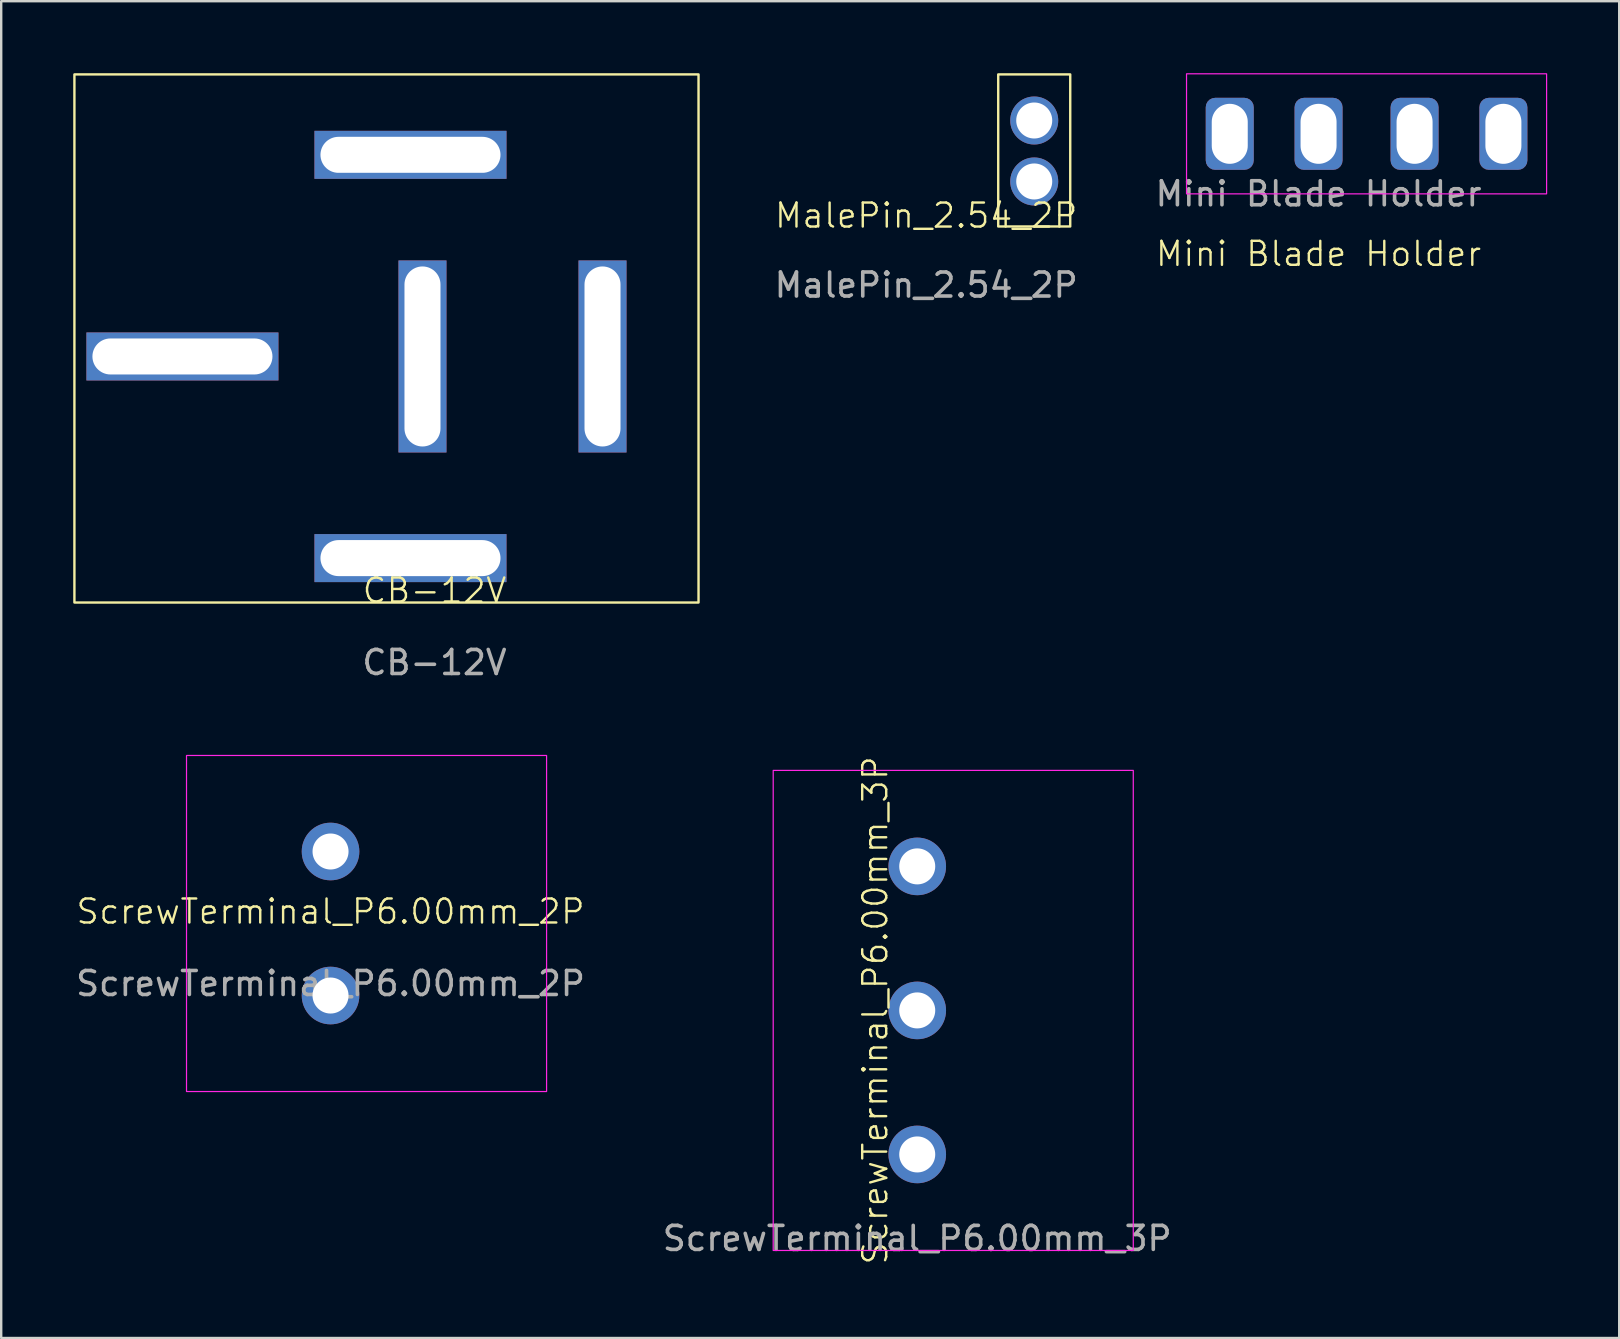
<source format=kicad_pcb>
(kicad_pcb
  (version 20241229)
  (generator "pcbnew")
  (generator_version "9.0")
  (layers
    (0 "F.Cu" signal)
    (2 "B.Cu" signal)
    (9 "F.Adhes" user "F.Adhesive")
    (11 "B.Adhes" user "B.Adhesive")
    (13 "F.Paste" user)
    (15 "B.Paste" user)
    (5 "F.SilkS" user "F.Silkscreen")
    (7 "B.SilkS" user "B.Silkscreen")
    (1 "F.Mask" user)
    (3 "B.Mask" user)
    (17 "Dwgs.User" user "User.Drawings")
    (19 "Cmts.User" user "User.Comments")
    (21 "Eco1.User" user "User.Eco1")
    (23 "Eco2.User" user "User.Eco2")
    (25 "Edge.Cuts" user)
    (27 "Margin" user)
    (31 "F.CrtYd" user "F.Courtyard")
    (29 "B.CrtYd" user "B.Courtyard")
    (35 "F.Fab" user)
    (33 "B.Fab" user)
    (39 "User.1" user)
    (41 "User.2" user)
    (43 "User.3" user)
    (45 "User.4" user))
  (footprint "MalePin_2.54_2P"
    (layer "F.Cu")
    (at 35.535 6.43)
    (property "Reference" "MalePin_2.54_2P" (at 0 -0.5 0) (unlocked yes) (layer "F.SilkS") (effects (font (size 1 1) (thickness 0.1))))
    (attr through_hole)
    (fp_rect (start 3 -6.38) (end 6 -0.045) (stroke (width 0.1) (type default)) (fill no) (layer "F.SilkS"))
    (fp_text user "${REFERENCE}" (at 0 2.397 0) (unlocked yes) (layer "F.Fab") (effects (font (size 1 1) (thickness 0.15))))
    (pad "1" thru_hole circle (at 4.5 -1.92) (size 2 2) (drill 1.5) (layers "*.Cu" "*.Mask"))
    (pad "2" thru_hole circle (at 4.5 -4.46) (size 2 2) (drill 1.5) (layers "*.Cu" "*.Mask")))
  (footprint "ScrewTerminal_P6.00mm_2P"
    (layer "F.Cu")
    (at 10.72 35.423)
    (property "Reference" "ScrewTerminal_P6.00mm_2P" (at 0 -0.5 0) (unlocked yes) (layer "F.SilkS") (effects (font (size 1 1) (thickness 0.1))))
    (attr smd)
    (fp_rect (start -6 -7) (end 9 7) (stroke (width 0.05) (type solid)) (fill no) (layer "F.CrtYd"))
    (fp_text user "${REFERENCE}" (at 0 2.5 0) (unlocked yes) (layer "F.Fab") (effects (font (size 1 1) (thickness 0.15))))
    (pad "1" thru_hole circle (at 0 -3) (size 2.4 2.4) (drill 1.5) (layers "*.Cu" "*.Mask"))
    (pad "2" thru_hole circle (at 0 3) (size 2.4 2.4) (drill 1.5) (layers "*.Cu" "*.Mask")))
  (footprint "ScrewTerminal_P6.00mm_3P"
    (layer "F.Cu")
    (at 35.161 39.043)
    (property "Reference" "ScrewTerminal_P6.00mm_3P" (at -1.75 0 90) (unlocked yes) (layer "F.SilkS") (effects (font (size 1 1) (thickness 0.1))))
    (attr smd)
    (fp_rect (start -6 -10) (end 9 10) (stroke (width 0.05) (type solid)) (fill no) (layer "F.CrtYd"))
    (fp_text user "${REFERENCE}" (at 0 9.5 0) (unlocked yes) (layer "F.Fab") (effects (font (size 1 1) (thickness 0.15))))
    (pad "1" thru_hole circle (at 0 -6) (size 2.4 2.4) (drill 1.5) (layers "*.Cu" "*.Mask"))
    (pad "2" thru_hole circle (at 0 0) (size 2.4 2.4) (drill 1.5) (layers "*.Cu" "*.Mask"))
    (pad "3" thru_hole circle (at 0 6) (size 2.4 2.4) (drill 1.5) (layers "*.Cu" "*.Mask")))
  (footprint "CB-12V"
    (layer "F.Cu")
    (at 15.05 22.05)
    (property "Reference" "CB-12V" (at 0 -0.5 0) (unlocked yes) (layer "F.SilkS") (effects (font (size 1 1) (thickness 0.1))))
    (attr through_hole)
    (fp_rect (start -15 -22) (end 11 0) (stroke (width 0.1) (type default)) (fill no) (layer "F.SilkS"))
    (fp_text user "${REFERENCE}" (at 0 2.5 0) (unlocked yes) (layer "F.Fab") (effects (font (size 1 1) (thickness 0.15))))
    (pad "1" thru_hole rect (at -10.5 -10.25) (size 8 2) (drill oval 7.5 1.5) (layers "*.Cu" "*.Mask"))
    (pad "2" thru_hole rect (at -1 -18.65) (size 8 2) (drill oval 7.5 1.5) (layers "*.Cu" "*.Mask"))
    (pad "3" thru_hole rect (at -1 -1.85) (size 8 2) (drill oval 7.5 1.5) (layers "*.Cu" "*.Mask"))
    (pad "4" thru_hole rect (at -0.5 -10.25 90) (size 8 2) (drill oval 7.5 1.5) (layers "*.Cu" "*.Mask"))
    (pad "5" thru_hole rect (at 7 -10.25 90) (size 8 2) (drill oval 7.5 1.5) (layers "*.Cu" "*.Mask")))
  (footprint "Mini Blade Holder"
    (layer "F.Cu")
    (at 51.88 2.525)
    (property "Reference" "Mini Blade Holder" (at 0 5 0) (unlocked yes) (layer "F.SilkS") (effects (font (size 1 1) (thickness 0.1))))
    (attr smd)
    (fp_rect (start -5.5 -2.5) (end 9.5 2.5) (stroke (width 0.05) (type solid)) (fill no) (layer "F.CrtYd"))
    (fp_text user "${REFERENCE}" (at 0 2.5 0) (unlocked yes) (layer "F.Fab") (effects (font (size 1 1) (thickness 0.15))))
    (pad "1" thru_hole roundrect (at -3.7 0) (size 2 3) (drill oval 1.5 2.5) (layers "*.Cu" "*.Mask") (roundrect_rratio 0.197))
    (pad "2" thru_hole roundrect (at 0 0) (size 2 3) (drill oval 1.5 2.5) (layers "*.Cu" "*.Mask") (roundrect_rratio 0.197))
    (pad "3" thru_hole roundrect (at 4 0) (size 2 3) (drill oval 1.5 2.5) (layers "*.Cu" "*.Mask") (roundrect_rratio 0.197))
    (pad "4" thru_hole roundrect (at 7.7 0) (size 2 3) (drill oval 1.5 2.5) (layers "*.Cu" "*.Mask") (roundrect_rratio 0.197)))
  (gr_rect
    (start -3 -3)
    (end 64.405 52.689)
    (stroke (width 0.1) (type default))
    (fill no)
    (layer "Edge.Cuts")))
</source>
